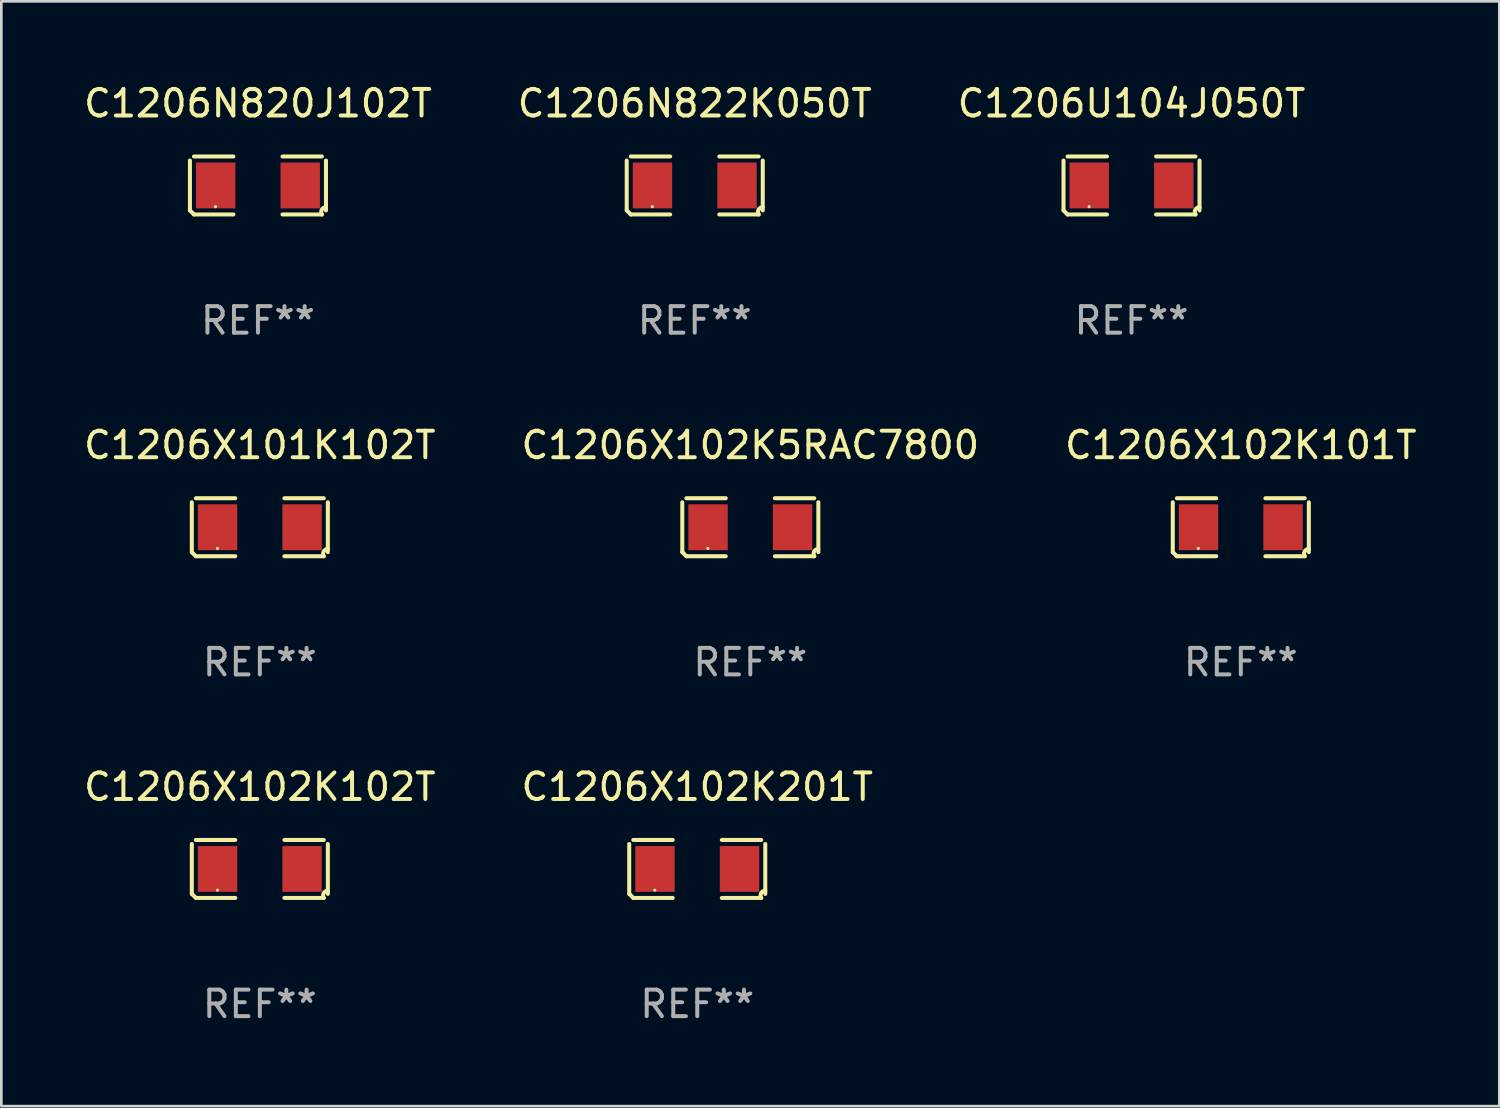
<source format=kicad_pcb>
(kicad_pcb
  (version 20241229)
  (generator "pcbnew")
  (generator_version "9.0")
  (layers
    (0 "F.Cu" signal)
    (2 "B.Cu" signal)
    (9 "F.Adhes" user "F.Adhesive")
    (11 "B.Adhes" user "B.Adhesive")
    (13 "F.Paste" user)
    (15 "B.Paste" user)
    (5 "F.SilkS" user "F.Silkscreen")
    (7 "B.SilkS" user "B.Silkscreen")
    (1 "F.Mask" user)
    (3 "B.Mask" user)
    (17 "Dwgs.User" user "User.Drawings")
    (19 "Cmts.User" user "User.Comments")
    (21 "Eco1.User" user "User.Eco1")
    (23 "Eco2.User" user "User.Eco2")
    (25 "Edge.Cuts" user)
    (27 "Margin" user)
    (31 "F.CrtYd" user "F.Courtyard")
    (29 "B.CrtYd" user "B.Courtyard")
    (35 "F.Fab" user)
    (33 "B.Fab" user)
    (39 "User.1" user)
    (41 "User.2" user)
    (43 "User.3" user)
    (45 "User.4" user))
  (footprint "C1206U104J050T"
    (layer "F.Cu")
    (at 39.601 3.941)
    (property "Reference" "C1206U104J050T" (at 0 -3.093 0) (layer "F.SilkS") (effects (font (size 1 1) (thickness 0.15))))
    (attr through_hole)
    (fp_line (start -2.564 0.94) (end -2.564 -0.94) (stroke (width 0.152) (type solid)) (layer "F.SilkS"))
    (fp_line (start -2.411 -1.093) (end -0.926 -1.093) (stroke (width 0.152) (type solid)) (layer "F.SilkS"))
    (fp_line (start -0.926 1.093) (end -2.411 1.093) (stroke (width 0.152) (type solid)) (layer "F.SilkS"))
    (fp_line (start 0.926 1.093) (end 2.411 1.093) (stroke (width 0.152) (type solid)) (layer "F.SilkS"))
    (fp_line (start 2.411 -1.093) (end 0.926 -1.093) (stroke (width 0.152) (type solid)) (layer "F.SilkS"))
    (fp_line (start 2.564 0.94) (end 2.564 -0.94) (stroke (width 0.152) (type solid)) (layer "F.SilkS"))
    (fp_arc (start -2.411201 1.092609) (mid -2.487413 1.01642) (end -2.563602 0.940208) (stroke (width 0.1524) (type solid)) (layer "F.SilkS"))
    (fp_arc (start 2.411201 1.092609) (mid 2.407159 0.911226) (end 2.563602 0.819347) (stroke (width 0.1524) (type solid)) (layer "F.SilkS"))
    (fp_circle (center -1.6 0.8) (end -1.57 0.8) (stroke (width 0.06) (type solid)) (fill no) (layer "F.SilkS"))
    (fp_text user "REF**" (at 0 5.093 0) (layer "F.Fab") (effects (font (size 1 1) (thickness 0.15))))
    (pad "1" smd rect (at -1.593 0) (size 1.485 1.728) (layers "F.Cu" "F.Mask" "F.Paste"))
    (pad "2" smd rect (at 1.593 0) (size 1.485 1.728) (layers "F.Cu" "F.Mask" "F.Paste")))
  (footprint "C1206X102K5RAC7800"
    (layer "F.Cu")
    (at 25.232 16.823)
    (property "Reference" "C1206X102K5RAC7800" (at 0 -3.093 0) (layer "F.SilkS") (effects (font (size 1 1) (thickness 0.15))))
    (attr through_hole)
    (fp_line (start -2.564 0.94) (end -2.564 -0.94) (stroke (width 0.152) (type solid)) (layer "F.SilkS"))
    (fp_line (start -2.411 -1.093) (end -0.926 -1.093) (stroke (width 0.152) (type solid)) (layer "F.SilkS"))
    (fp_line (start -0.926 1.093) (end -2.411 1.093) (stroke (width 0.152) (type solid)) (layer "F.SilkS"))
    (fp_line (start 0.926 1.093) (end 2.411 1.093) (stroke (width 0.152) (type solid)) (layer "F.SilkS"))
    (fp_line (start 2.411 -1.093) (end 0.926 -1.093) (stroke (width 0.152) (type solid)) (layer "F.SilkS"))
    (fp_line (start 2.564 0.94) (end 2.564 -0.94) (stroke (width 0.152) (type solid)) (layer "F.SilkS"))
    (fp_arc (start -2.411201 1.092609) (mid -2.487413 1.01642) (end -2.563602 0.940208) (stroke (width 0.1524) (type solid)) (layer "F.SilkS"))
    (fp_arc (start 2.411201 1.092609) (mid 2.407159 0.911226) (end 2.563602 0.819347) (stroke (width 0.1524) (type solid)) (layer "F.SilkS"))
    (fp_circle (center -1.6 0.8) (end -1.57 0.8) (stroke (width 0.06) (type solid)) (fill no) (layer "F.SilkS"))
    (fp_text user "REF**" (at 0 5.093 0) (layer "F.Fab") (effects (font (size 1 1) (thickness 0.15))))
    (pad "1" smd rect (at -1.593 0) (size 1.485 1.728) (layers "F.Cu" "F.Mask" "F.Paste"))
    (pad "2" smd rect (at 1.593 0) (size 1.485 1.728) (layers "F.Cu" "F.Mask" "F.Paste")))
  (footprint "C1206N822K050T"
    (layer "F.Cu")
    (at 23.137 3.941)
    (property "Reference" "C1206N822K050T" (at 0 -3.093 0) (layer "F.SilkS") (effects (font (size 1 1) (thickness 0.15))))
    (attr through_hole)
    (fp_line (start -2.564 0.94) (end -2.564 -0.94) (stroke (width 0.152) (type solid)) (layer "F.SilkS"))
    (fp_line (start -2.411 -1.093) (end -0.926 -1.093) (stroke (width 0.152) (type solid)) (layer "F.SilkS"))
    (fp_line (start -0.926 1.093) (end -2.411 1.093) (stroke (width 0.152) (type solid)) (layer "F.SilkS"))
    (fp_line (start 0.926 1.093) (end 2.411 1.093) (stroke (width 0.152) (type solid)) (layer "F.SilkS"))
    (fp_line (start 2.411 -1.093) (end 0.926 -1.093) (stroke (width 0.152) (type solid)) (layer "F.SilkS"))
    (fp_line (start 2.564 0.94) (end 2.564 -0.94) (stroke (width 0.152) (type solid)) (layer "F.SilkS"))
    (fp_arc (start -2.411201 1.092609) (mid -2.487413 1.01642) (end -2.563602 0.940208) (stroke (width 0.1524) (type solid)) (layer "F.SilkS"))
    (fp_arc (start 2.411201 1.092609) (mid 2.407159 0.911226) (end 2.563602 0.819347) (stroke (width 0.1524) (type solid)) (layer "F.SilkS"))
    (fp_circle (center -1.6 0.8) (end -1.57 0.8) (stroke (width 0.06) (type solid)) (fill no) (layer "F.SilkS"))
    (fp_text user "REF**" (at 0 5.093 0) (layer "F.Fab") (effects (font (size 1 1) (thickness 0.15))))
    (pad "1" smd rect (at -1.593 0) (size 1.485 1.728) (layers "F.Cu" "F.Mask" "F.Paste"))
    (pad "2" smd rect (at 1.593 0) (size 1.485 1.728) (layers "F.Cu" "F.Mask" "F.Paste")))
  (footprint "C1206X101K102T"
    (layer "F.Cu")
    (at 6.744 16.823)
    (property "Reference" "C1206X101K102T" (at 0 -3.093 0) (layer "F.SilkS") (effects (font (size 1 1) (thickness 0.15))))
    (attr through_hole)
    (fp_line (start -2.564 0.94) (end -2.564 -0.94) (stroke (width 0.152) (type solid)) (layer "F.SilkS"))
    (fp_line (start -2.411 -1.093) (end -0.926 -1.093) (stroke (width 0.152) (type solid)) (layer "F.SilkS"))
    (fp_line (start -0.926 1.093) (end -2.411 1.093) (stroke (width 0.152) (type solid)) (layer "F.SilkS"))
    (fp_line (start 0.926 1.093) (end 2.411 1.093) (stroke (width 0.152) (type solid)) (layer "F.SilkS"))
    (fp_line (start 2.411 -1.093) (end 0.926 -1.093) (stroke (width 0.152) (type solid)) (layer "F.SilkS"))
    (fp_line (start 2.564 0.94) (end 2.564 -0.94) (stroke (width 0.152) (type solid)) (layer "F.SilkS"))
    (fp_arc (start -2.411201 1.092609) (mid -2.487413 1.01642) (end -2.563602 0.940208) (stroke (width 0.1524) (type solid)) (layer "F.SilkS"))
    (fp_arc (start 2.411201 1.092609) (mid 2.407159 0.911226) (end 2.563602 0.819347) (stroke (width 0.1524) (type solid)) (layer "F.SilkS"))
    (fp_circle (center -1.6 0.8) (end -1.57 0.8) (stroke (width 0.06) (type solid)) (fill no) (layer "F.SilkS"))
    (fp_text user "REF**" (at 0 5.093 0) (layer "F.Fab") (effects (font (size 1 1) (thickness 0.15))))
    (pad "1" smd rect (at -1.593 0) (size 1.485 1.728) (layers "F.Cu" "F.Mask" "F.Paste"))
    (pad "2" smd rect (at 1.593 0) (size 1.485 1.728) (layers "F.Cu" "F.Mask" "F.Paste")))
  (footprint "C1206N820J102T"
    (layer "F.Cu")
    (at 6.673 3.941)
    (property "Reference" "C1206N820J102T" (at 0 -3.093 0) (layer "F.SilkS") (effects (font (size 1 1) (thickness 0.15))))
    (attr through_hole)
    (fp_line (start -2.564 0.94) (end -2.564 -0.94) (stroke (width 0.152) (type solid)) (layer "F.SilkS"))
    (fp_line (start -2.411 -1.093) (end -0.926 -1.093) (stroke (width 0.152) (type solid)) (layer "F.SilkS"))
    (fp_line (start -0.926 1.093) (end -2.411 1.093) (stroke (width 0.152) (type solid)) (layer "F.SilkS"))
    (fp_line (start 0.926 1.093) (end 2.411 1.093) (stroke (width 0.152) (type solid)) (layer "F.SilkS"))
    (fp_line (start 2.411 -1.093) (end 0.926 -1.093) (stroke (width 0.152) (type solid)) (layer "F.SilkS"))
    (fp_line (start 2.564 0.94) (end 2.564 -0.94) (stroke (width 0.152) (type solid)) (layer "F.SilkS"))
    (fp_arc (start -2.411201 1.092609) (mid -2.487413 1.01642) (end -2.563602 0.940208) (stroke (width 0.1524) (type solid)) (layer "F.SilkS"))
    (fp_arc (start 2.411201 1.092609) (mid 2.407159 0.911226) (end 2.563602 0.819347) (stroke (width 0.1524) (type solid)) (layer "F.SilkS"))
    (fp_circle (center -1.6 0.8) (end -1.57 0.8) (stroke (width 0.06) (type solid)) (fill no) (layer "F.SilkS"))
    (fp_text user "REF**" (at 0 5.093 0) (layer "F.Fab") (effects (font (size 1 1) (thickness 0.15))))
    (pad "1" smd rect (at -1.593 0) (size 1.485 1.728) (layers "F.Cu" "F.Mask" "F.Paste"))
    (pad "2" smd rect (at 1.593 0) (size 1.485 1.728) (layers "F.Cu" "F.Mask" "F.Paste")))
  (footprint "C1206X102K102T"
    (layer "F.Cu")
    (at 6.744 29.704)
    (property "Reference" "C1206X102K102T" (at 0 -3.093 0) (layer "F.SilkS") (effects (font (size 1 1) (thickness 0.15))))
    (attr through_hole)
    (fp_line (start -2.564 0.94) (end -2.564 -0.94) (stroke (width 0.152) (type solid)) (layer "F.SilkS"))
    (fp_line (start -2.411 -1.093) (end -0.926 -1.093) (stroke (width 0.152) (type solid)) (layer "F.SilkS"))
    (fp_line (start -0.926 1.093) (end -2.411 1.093) (stroke (width 0.152) (type solid)) (layer "F.SilkS"))
    (fp_line (start 0.926 1.093) (end 2.411 1.093) (stroke (width 0.152) (type solid)) (layer "F.SilkS"))
    (fp_line (start 2.411 -1.093) (end 0.926 -1.093) (stroke (width 0.152) (type solid)) (layer "F.SilkS"))
    (fp_line (start 2.564 0.94) (end 2.564 -0.94) (stroke (width 0.152) (type solid)) (layer "F.SilkS"))
    (fp_arc (start -2.411201 1.092609) (mid -2.487413 1.01642) (end -2.563602 0.940208) (stroke (width 0.1524) (type solid)) (layer "F.SilkS"))
    (fp_arc (start 2.411201 1.092609) (mid 2.407159 0.911226) (end 2.563602 0.819347) (stroke (width 0.1524) (type solid)) (layer "F.SilkS"))
    (fp_circle (center -1.6 0.8) (end -1.57 0.8) (stroke (width 0.06) (type solid)) (fill no) (layer "F.SilkS"))
    (fp_text user "REF**" (at 0 5.093 0) (layer "F.Fab") (effects (font (size 1 1) (thickness 0.15))))
    (pad "1" smd rect (at -1.593 0) (size 1.485 1.728) (layers "F.Cu" "F.Mask" "F.Paste"))
    (pad "2" smd rect (at 1.593 0) (size 1.485 1.728) (layers "F.Cu" "F.Mask" "F.Paste")))
  (footprint "C1206X102K101T"
    (layer "F.Cu")
    (at 43.72 16.823)
    (property "Reference" "C1206X102K101T" (at 0 -3.093 0) (layer "F.SilkS") (effects (font (size 1 1) (thickness 0.15))))
    (attr through_hole)
    (fp_line (start -2.564 0.94) (end -2.564 -0.94) (stroke (width 0.152) (type solid)) (layer "F.SilkS"))
    (fp_line (start -2.411 -1.093) (end -0.926 -1.093) (stroke (width 0.152) (type solid)) (layer "F.SilkS"))
    (fp_line (start -0.926 1.093) (end -2.411 1.093) (stroke (width 0.152) (type solid)) (layer "F.SilkS"))
    (fp_line (start 0.926 1.093) (end 2.411 1.093) (stroke (width 0.152) (type solid)) (layer "F.SilkS"))
    (fp_line (start 2.411 -1.093) (end 0.926 -1.093) (stroke (width 0.152) (type solid)) (layer "F.SilkS"))
    (fp_line (start 2.564 0.94) (end 2.564 -0.94) (stroke (width 0.152) (type solid)) (layer "F.SilkS"))
    (fp_arc (start -2.411201 1.092609) (mid -2.487413 1.01642) (end -2.563602 0.940208) (stroke (width 0.1524) (type solid)) (layer "F.SilkS"))
    (fp_arc (start 2.411201 1.092609) (mid 2.407159 0.911226) (end 2.563602 0.819347) (stroke (width 0.1524) (type solid)) (layer "F.SilkS"))
    (fp_circle (center -1.6 0.8) (end -1.57 0.8) (stroke (width 0.06) (type solid)) (fill no) (layer "F.SilkS"))
    (fp_text user "REF**" (at 0 5.093 0) (layer "F.Fab") (effects (font (size 1 1) (thickness 0.15))))
    (pad "1" smd rect (at -1.593 0) (size 1.485 1.728) (layers "F.Cu" "F.Mask" "F.Paste"))
    (pad "2" smd rect (at 1.593 0) (size 1.485 1.728) (layers "F.Cu" "F.Mask" "F.Paste")))
  (footprint "C1206X102K201T"
    (layer "F.Cu")
    (at 23.232 29.704)
    (property "Reference" "C1206X102K201T" (at 0 -3.093 0) (layer "F.SilkS") (effects (font (size 1 1) (thickness 0.15))))
    (attr through_hole)
    (fp_line (start -2.564 0.94) (end -2.564 -0.94) (stroke (width 0.152) (type solid)) (layer "F.SilkS"))
    (fp_line (start -2.411 -1.093) (end -0.926 -1.093) (stroke (width 0.152) (type solid)) (layer "F.SilkS"))
    (fp_line (start -0.926 1.093) (end -2.411 1.093) (stroke (width 0.152) (type solid)) (layer "F.SilkS"))
    (fp_line (start 0.926 1.093) (end 2.411 1.093) (stroke (width 0.152) (type solid)) (layer "F.SilkS"))
    (fp_line (start 2.411 -1.093) (end 0.926 -1.093) (stroke (width 0.152) (type solid)) (layer "F.SilkS"))
    (fp_line (start 2.564 0.94) (end 2.564 -0.94) (stroke (width 0.152) (type solid)) (layer "F.SilkS"))
    (fp_arc (start -2.411201 1.092609) (mid -2.487413 1.01642) (end -2.563602 0.940208) (stroke (width 0.1524) (type solid)) (layer "F.SilkS"))
    (fp_arc (start 2.411201 1.092609) (mid 2.407159 0.911226) (end 2.563602 0.819347) (stroke (width 0.1524) (type solid)) (layer "F.SilkS"))
    (fp_circle (center -1.6 0.8) (end -1.57 0.8) (stroke (width 0.06) (type solid)) (fill no) (layer "F.SilkS"))
    (fp_text user "REF**" (at 0 5.093 0) (layer "F.Fab") (effects (font (size 1 1) (thickness 0.15))))
    (pad "1" smd rect (at -1.593 0) (size 1.485 1.728) (layers "F.Cu" "F.Mask" "F.Paste"))
    (pad "2" smd rect (at 1.593 0) (size 1.485 1.728) (layers "F.Cu" "F.Mask" "F.Paste")))
  (gr_rect
    (start -3 -3)
    (end 53.464 38.645)
    (stroke (width 0.1) (type default))
    (fill no)
    (layer "Edge.Cuts")))
</source>
